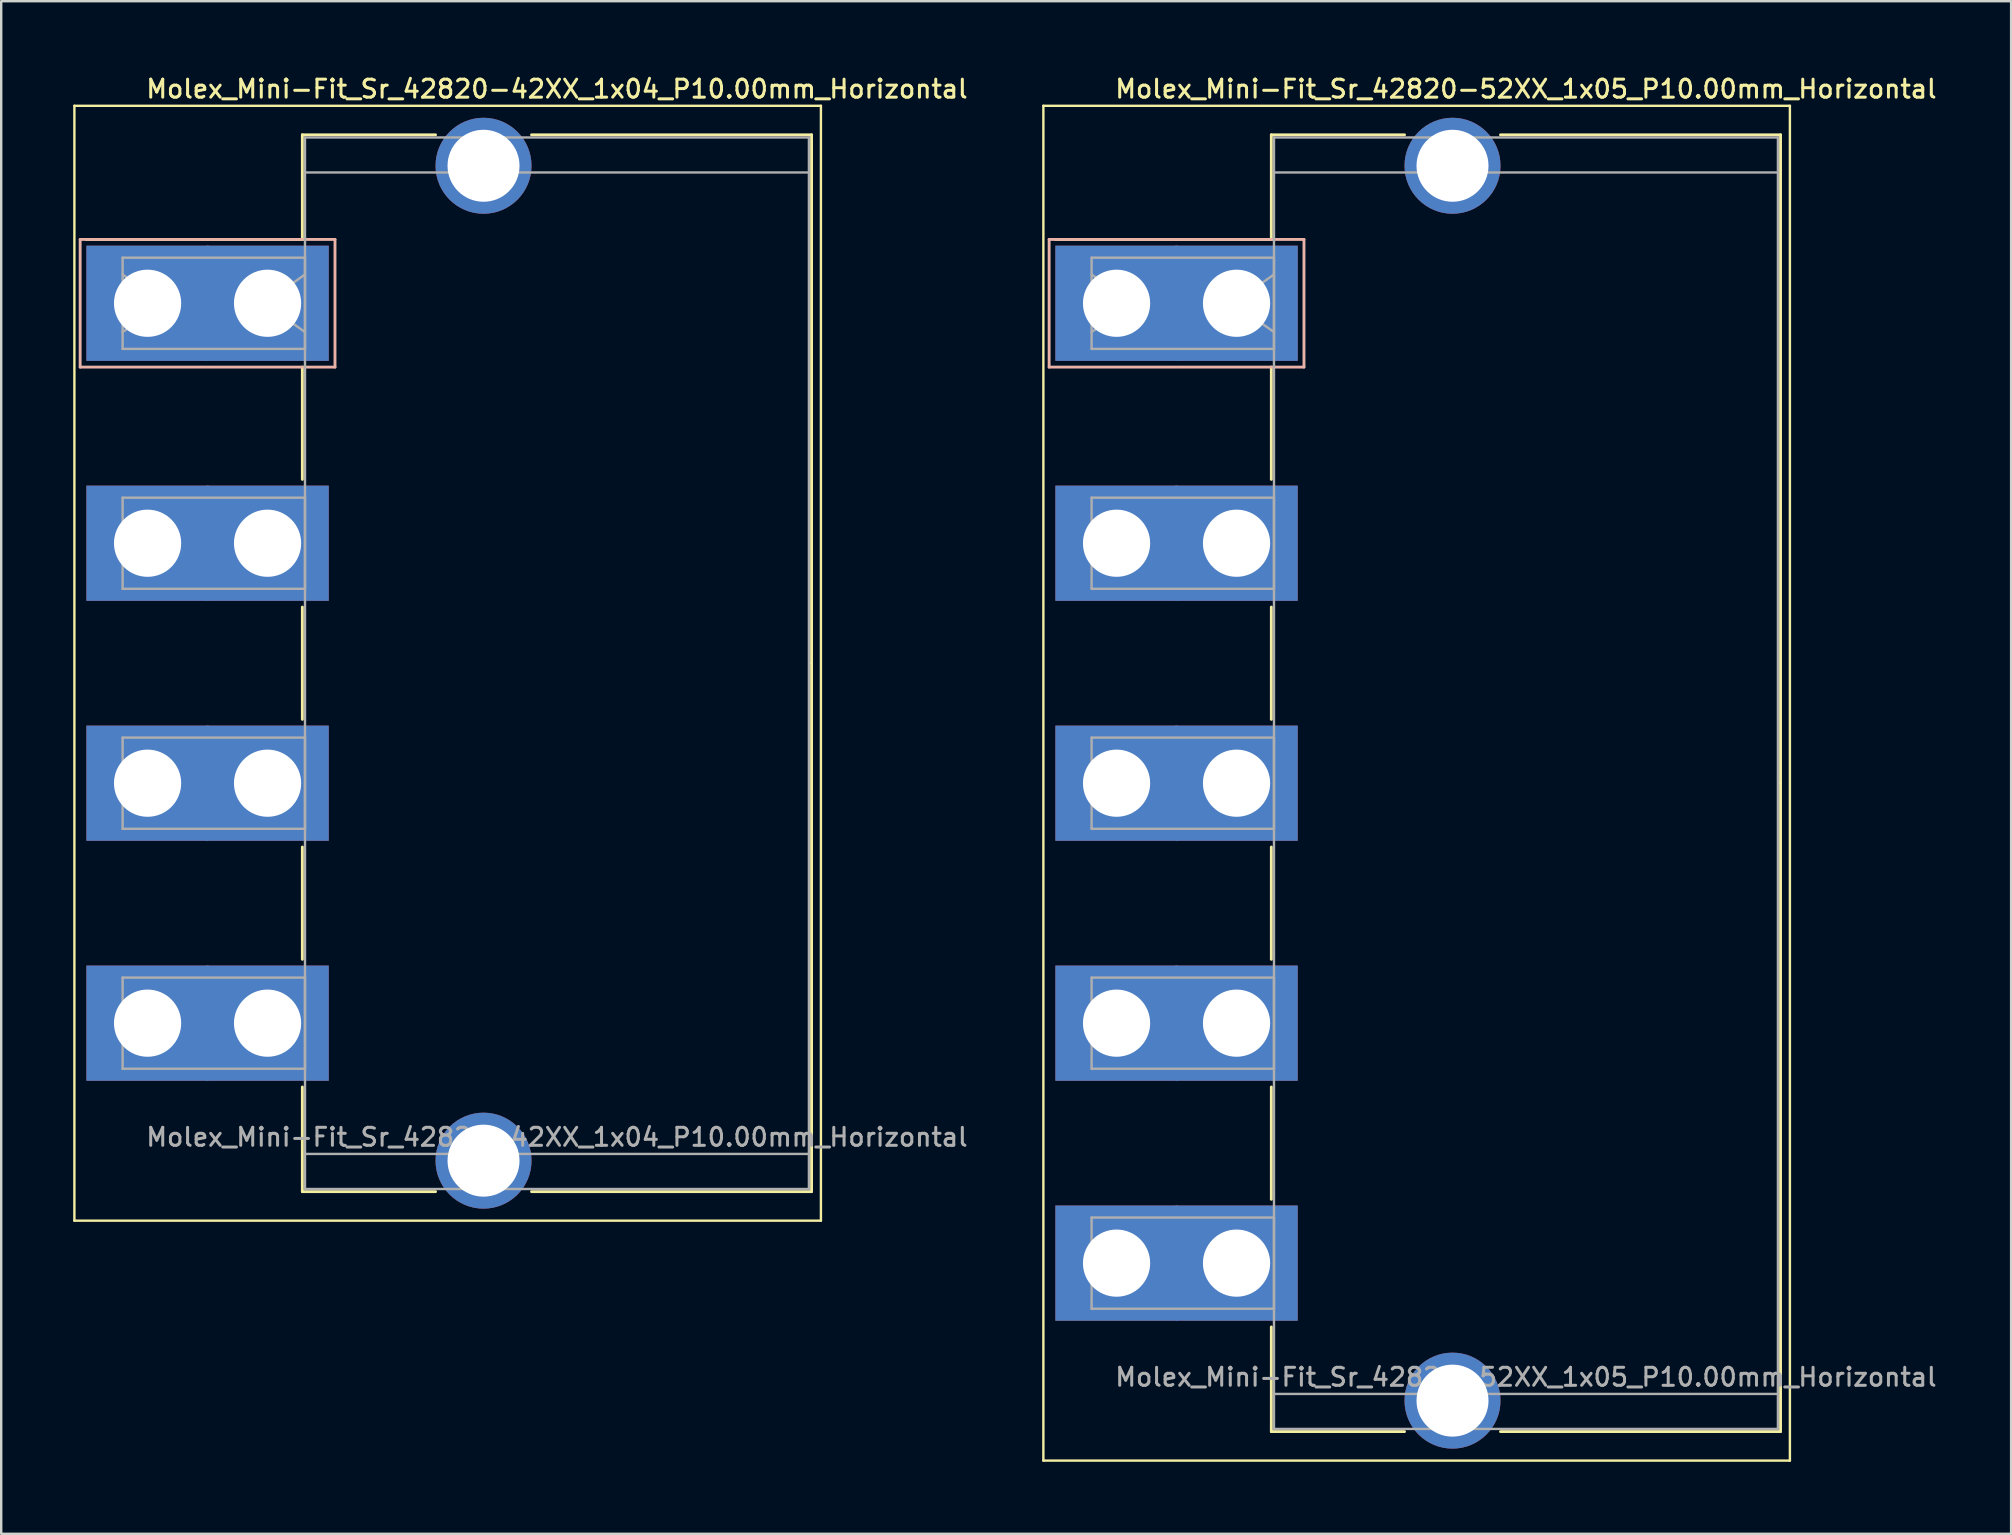
<source format=kicad_pcb>
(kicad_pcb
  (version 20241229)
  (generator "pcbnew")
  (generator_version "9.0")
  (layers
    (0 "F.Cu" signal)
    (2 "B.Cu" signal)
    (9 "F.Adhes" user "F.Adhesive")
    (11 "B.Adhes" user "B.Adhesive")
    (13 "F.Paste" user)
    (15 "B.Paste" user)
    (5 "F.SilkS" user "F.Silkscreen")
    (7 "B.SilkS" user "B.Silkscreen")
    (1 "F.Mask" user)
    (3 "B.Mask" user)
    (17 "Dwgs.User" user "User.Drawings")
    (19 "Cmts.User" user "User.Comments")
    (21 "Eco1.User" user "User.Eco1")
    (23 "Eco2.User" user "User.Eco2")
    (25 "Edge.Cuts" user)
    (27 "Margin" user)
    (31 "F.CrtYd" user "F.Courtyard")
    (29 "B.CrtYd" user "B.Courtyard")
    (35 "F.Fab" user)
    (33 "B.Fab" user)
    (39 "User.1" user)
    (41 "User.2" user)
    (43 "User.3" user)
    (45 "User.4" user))
  (footprint "Molex_Mini-Fit_Sr_42820-52XX_1x05_P10.00mm_Horizontal"
    (layer "F.Cu")
    (at 43.48 9.588)
    (property "Reference" "Molex_Mini-Fit_Sr_42820-52XX_1x05_P10.00mm_Horizontal" (at 17.06 -8.93 0) (layer "F.SilkS") (effects (font (size 0.75 0.75) (thickness 0.125))))
    (attr through_hole)
    (fp_line (start -3.05 -8.23) (end -3.05 48.23) (stroke (width 0.1) (type solid)) (layer "F.SilkS"))
    (fp_line (start -3.05 48.23) (end 28.06 48.23) (stroke (width 0.1) (type solid)) (layer "F.SilkS"))
    (fp_line (start 6.45 -7.02) (end 12 -7.02) (stroke (width 0.12) (type solid)) (layer "F.SilkS"))
    (fp_line (start 6.45 -2.66) (end -2.55 -2.66) (stroke (width 0.12) (type solid)) (layer "F.SilkS"))
    (fp_line (start 6.45 -2.66) (end 6.45 -7.02) (stroke (width 0.12) (type solid)) (layer "F.SilkS"))
    (fp_line (start 6.45 2.66) (end 6.45 7.34) (stroke (width 0.12) (type solid)) (layer "F.SilkS"))
    (fp_line (start 6.45 12.66) (end 6.45 17.34) (stroke (width 0.12) (type solid)) (layer "F.SilkS"))
    (fp_line (start 6.45 22.66) (end 6.45 27.34) (stroke (width 0.12) (type solid)) (layer "F.SilkS"))
    (fp_line (start 6.45 32.66) (end 6.45 37.34) (stroke (width 0.12) (type solid)) (layer "F.SilkS"))
    (fp_line (start 6.45 42.66) (end 6.45 47.02) (stroke (width 0.12) (type solid)) (layer "F.SilkS"))
    (fp_line (start 6.45 47.02) (end 12 47.02) (stroke (width 0.12) (type solid)) (layer "F.SilkS"))
    (fp_line (start 16 -7.02) (end 27.67 -7.02) (stroke (width 0.12) (type solid)) (layer "F.SilkS"))
    (fp_line (start 16 47.02) (end 27.67 47.02) (stroke (width 0.12) (type solid)) (layer "F.SilkS"))
    (fp_line (start 27.67 -7.02) (end 27.67 20) (stroke (width 0.12) (type solid)) (layer "F.SilkS"))
    (fp_line (start 27.67 47.02) (end 27.67 20) (stroke (width 0.12) (type solid)) (layer "F.SilkS"))
    (fp_line (start 28.06 -8.23) (end -3.05 -8.23) (stroke (width 0.1) (type solid)) (layer "F.SilkS"))
    (fp_line (start 28.06 48.23) (end 28.06 -8.23) (stroke (width 0.1) (type solid)) (layer "F.SilkS"))
    (fp_line (start -2.81 -2.66) (end -2.81 2.66) (stroke (width 0.12) (type solid)) (layer "B.SilkS"))
    (fp_line (start -2.81 2.66) (end 7.81 2.66) (stroke (width 0.12) (type solid)) (layer "B.SilkS"))
    (fp_line (start 7.81 -2.66) (end -2.81 -2.66) (stroke (width 0.12) (type solid)) (layer "B.SilkS"))
    (fp_line (start 7.81 2.66) (end 7.81 -2.66) (stroke (width 0.12) (type solid)) (layer "B.SilkS"))
    (fp_line (start -1.04 -1.9) (end 6.56 -1.9) (stroke (width 0.1) (type solid)) (layer "F.Fab"))
    (fp_line (start -1.04 -1.2) (end 0.657 0) (stroke (width 0.1) (type solid)) (layer "F.Fab"))
    (fp_line (start -1.04 1.9) (end -1.04 -1.9) (stroke (width 0.1) (type solid)) (layer "F.Fab"))
    (fp_line (start -1.04 8.1) (end 6.56 8.1) (stroke (width 0.1) (type solid)) (layer "F.Fab"))
    (fp_line (start -1.04 11.9) (end -1.04 8.1) (stroke (width 0.1) (type solid)) (layer "F.Fab"))
    (fp_line (start -1.04 18.1) (end 6.56 18.1) (stroke (width 0.1) (type solid)) (layer "F.Fab"))
    (fp_line (start -1.04 21.9) (end -1.04 18.1) (stroke (width 0.1) (type solid)) (layer "F.Fab"))
    (fp_line (start -1.04 28.1) (end 6.56 28.1) (stroke (width 0.1) (type solid)) (layer "F.Fab"))
    (fp_line (start -1.04 31.9) (end -1.04 28.1) (stroke (width 0.1) (type solid)) (layer "F.Fab"))
    (fp_line (start -1.04 38.1) (end 6.56 38.1) (stroke (width 0.1) (type solid)) (layer "F.Fab"))
    (fp_line (start -1.04 41.9) (end -1.04 38.1) (stroke (width 0.1) (type solid)) (layer "F.Fab"))
    (fp_line (start 0.657 0) (end -1.04 1.2) (stroke (width 0.1) (type solid)) (layer "F.Fab"))
    (fp_line (start 4.863 0) (end 6.56 1.2) (stroke (width 0.1) (type solid)) (layer "F.Fab"))
    (fp_line (start 6.56 -6.91) (end 6.56 46.91) (stroke (width 0.1) (type solid)) (layer "F.Fab"))
    (fp_line (start 6.56 -5.45) (end 27.56 -5.45) (stroke (width 0.1) (type solid)) (layer "F.Fab"))
    (fp_line (start 6.56 -1.9) (end 6.56 1.9) (stroke (width 0.1) (type solid)) (layer "F.Fab"))
    (fp_line (start 6.56 -1.2) (end 4.863 0) (stroke (width 0.1) (type solid)) (layer "F.Fab"))
    (fp_line (start 6.56 1.9) (end -1.04 1.9) (stroke (width 0.1) (type solid)) (layer "F.Fab"))
    (fp_line (start 6.56 8.1) (end 6.56 11.9) (stroke (width 0.1) (type solid)) (layer "F.Fab"))
    (fp_line (start 6.56 11.9) (end -1.04 11.9) (stroke (width 0.1) (type solid)) (layer "F.Fab"))
    (fp_line (start 6.56 18.1) (end 6.56 21.9) (stroke (width 0.1) (type solid)) (layer "F.Fab"))
    (fp_line (start 6.56 21.9) (end -1.04 21.9) (stroke (width 0.1) (type solid)) (layer "F.Fab"))
    (fp_line (start 6.56 28.1) (end 6.56 31.9) (stroke (width 0.1) (type solid)) (layer "F.Fab"))
    (fp_line (start 6.56 31.9) (end -1.04 31.9) (stroke (width 0.1) (type solid)) (layer "F.Fab"))
    (fp_line (start 6.56 38.1) (end 6.56 41.9) (stroke (width 0.1) (type solid)) (layer "F.Fab"))
    (fp_line (start 6.56 41.9) (end -1.04 41.9) (stroke (width 0.1) (type solid)) (layer "F.Fab"))
    (fp_line (start 6.56 45.45) (end 27.56 45.45) (stroke (width 0.1) (type solid)) (layer "F.Fab"))
    (fp_line (start 6.56 46.91) (end 27.56 46.91) (stroke (width 0.1) (type solid)) (layer "F.Fab"))
    (fp_line (start 27.56 -6.91) (end 6.56 -6.91) (stroke (width 0.1) (type solid)) (layer "F.Fab"))
    (fp_line (start 27.56 46.91) (end 27.56 -6.91) (stroke (width 0.1) (type solid)) (layer "F.Fab"))
    (fp_text user "${REFERENCE}" (at 17.06 44.75 0) (layer "F.Fab") (effects (font (size 0.75 0.75) (thickness 0.125))))
    (pad "" thru_hole circle (at 14 -5.73) (size 4 4) (drill 3) (layers "*.Cu" "*.Mask"))
    (pad "" thru_hole circle (at 14 45.73) (size 4 4) (drill 3) (layers "*.Cu" "*.Mask"))
    (pad "1" thru_hole rect (at 0 0) (size 5.1 4.8) (drill 2.8) (layers "*.Cu" "*.Mask"))
    (pad "1" thru_hole rect (at 5 0) (size 5.1 4.8) (drill 2.8) (layers "*.Cu" "*.Mask"))
    (pad "2" thru_hole rect (at 0 10) (size 5.1 4.8) (drill 2.8) (layers "*.Cu" "*.Mask"))
    (pad "2" thru_hole rect (at 5 10) (size 5.1 4.8) (drill 2.8) (layers "*.Cu" "*.Mask"))
    (pad "3" thru_hole rect (at 0 20) (size 5.1 4.8) (drill 2.8) (layers "*.Cu" "*.Mask"))
    (pad "3" thru_hole rect (at 5 20) (size 5.1 4.8) (drill 2.8) (layers "*.Cu" "*.Mask"))
    (pad "4" thru_hole rect (at 0 30) (size 5.1 4.8) (drill 2.8) (layers "*.Cu" "*.Mask"))
    (pad "4" thru_hole rect (at 5 30) (size 5.1 4.8) (drill 2.8) (layers "*.Cu" "*.Mask"))
    (pad "5" thru_hole rect (at 0 40) (size 5.1 4.8) (drill 2.8) (layers "*.Cu" "*.Mask"))
    (pad "5" thru_hole rect (at 5 40) (size 5.1 4.8) (drill 2.8) (layers "*.Cu" "*.Mask")))
  (footprint "Molex_Mini-Fit_Sr_42820-42XX_1x04_P10.00mm_Horizontal"
    (layer "F.Cu")
    (at 3.1 9.588)
    (property "Reference" "Molex_Mini-Fit_Sr_42820-42XX_1x04_P10.00mm_Horizontal" (at 17.06 -8.93 0) (layer "F.SilkS") (effects (font (size 0.75 0.75) (thickness 0.125))))
    (attr through_hole)
    (fp_line (start -3.05 -8.23) (end -3.05 38.23) (stroke (width 0.1) (type solid)) (layer "F.SilkS"))
    (fp_line (start -3.05 38.23) (end 28.06 38.23) (stroke (width 0.1) (type solid)) (layer "F.SilkS"))
    (fp_line (start 6.45 -7.02) (end 12 -7.02) (stroke (width 0.12) (type solid)) (layer "F.SilkS"))
    (fp_line (start 6.45 -2.66) (end -2.55 -2.66) (stroke (width 0.12) (type solid)) (layer "F.SilkS"))
    (fp_line (start 6.45 -2.66) (end 6.45 -7.02) (stroke (width 0.12) (type solid)) (layer "F.SilkS"))
    (fp_line (start 6.45 2.66) (end 6.45 7.34) (stroke (width 0.12) (type solid)) (layer "F.SilkS"))
    (fp_line (start 6.45 12.66) (end 6.45 17.34) (stroke (width 0.12) (type solid)) (layer "F.SilkS"))
    (fp_line (start 6.45 22.66) (end 6.45 27.34) (stroke (width 0.12) (type solid)) (layer "F.SilkS"))
    (fp_line (start 6.45 32.66) (end 6.45 37.02) (stroke (width 0.12) (type solid)) (layer "F.SilkS"))
    (fp_line (start 6.45 37.02) (end 12 37.02) (stroke (width 0.12) (type solid)) (layer "F.SilkS"))
    (fp_line (start 16 -7.02) (end 27.67 -7.02) (stroke (width 0.12) (type solid)) (layer "F.SilkS"))
    (fp_line (start 16 37.02) (end 27.67 37.02) (stroke (width 0.12) (type solid)) (layer "F.SilkS"))
    (fp_line (start 27.67 -7.02) (end 27.67 15) (stroke (width 0.12) (type solid)) (layer "F.SilkS"))
    (fp_line (start 27.67 37.02) (end 27.67 15) (stroke (width 0.12) (type solid)) (layer "F.SilkS"))
    (fp_line (start 28.06 -8.23) (end -3.05 -8.23) (stroke (width 0.1) (type solid)) (layer "F.SilkS"))
    (fp_line (start 28.06 38.23) (end 28.06 -8.23) (stroke (width 0.1) (type solid)) (layer "F.SilkS"))
    (fp_line (start -2.81 -2.66) (end -2.81 2.66) (stroke (width 0.12) (type solid)) (layer "B.SilkS"))
    (fp_line (start -2.81 2.66) (end 7.81 2.66) (stroke (width 0.12) (type solid)) (layer "B.SilkS"))
    (fp_line (start 7.81 -2.66) (end -2.81 -2.66) (stroke (width 0.12) (type solid)) (layer "B.SilkS"))
    (fp_line (start 7.81 2.66) (end 7.81 -2.66) (stroke (width 0.12) (type solid)) (layer "B.SilkS"))
    (fp_line (start -1.04 -1.9) (end 6.56 -1.9) (stroke (width 0.1) (type solid)) (layer "F.Fab"))
    (fp_line (start -1.04 -1.2) (end 0.657 0) (stroke (width 0.1) (type solid)) (layer "F.Fab"))
    (fp_line (start -1.04 1.9) (end -1.04 -1.9) (stroke (width 0.1) (type solid)) (layer "F.Fab"))
    (fp_line (start -1.04 8.1) (end 6.56 8.1) (stroke (width 0.1) (type solid)) (layer "F.Fab"))
    (fp_line (start -1.04 11.9) (end -1.04 8.1) (stroke (width 0.1) (type solid)) (layer "F.Fab"))
    (fp_line (start -1.04 18.1) (end 6.56 18.1) (stroke (width 0.1) (type solid)) (layer "F.Fab"))
    (fp_line (start -1.04 21.9) (end -1.04 18.1) (stroke (width 0.1) (type solid)) (layer "F.Fab"))
    (fp_line (start -1.04 28.1) (end 6.56 28.1) (stroke (width 0.1) (type solid)) (layer "F.Fab"))
    (fp_line (start -1.04 31.9) (end -1.04 28.1) (stroke (width 0.1) (type solid)) (layer "F.Fab"))
    (fp_line (start 0.657 0) (end -1.04 1.2) (stroke (width 0.1) (type solid)) (layer "F.Fab"))
    (fp_line (start 4.863 0) (end 6.56 1.2) (stroke (width 0.1) (type solid)) (layer "F.Fab"))
    (fp_line (start 6.56 -6.91) (end 6.56 36.91) (stroke (width 0.1) (type solid)) (layer "F.Fab"))
    (fp_line (start 6.56 -5.45) (end 27.56 -5.45) (stroke (width 0.1) (type solid)) (layer "F.Fab"))
    (fp_line (start 6.56 -1.9) (end 6.56 1.9) (stroke (width 0.1) (type solid)) (layer "F.Fab"))
    (fp_line (start 6.56 -1.2) (end 4.863 0) (stroke (width 0.1) (type solid)) (layer "F.Fab"))
    (fp_line (start 6.56 1.9) (end -1.04 1.9) (stroke (width 0.1) (type solid)) (layer "F.Fab"))
    (fp_line (start 6.56 8.1) (end 6.56 11.9) (stroke (width 0.1) (type solid)) (layer "F.Fab"))
    (fp_line (start 6.56 11.9) (end -1.04 11.9) (stroke (width 0.1) (type solid)) (layer "F.Fab"))
    (fp_line (start 6.56 18.1) (end 6.56 21.9) (stroke (width 0.1) (type solid)) (layer "F.Fab"))
    (fp_line (start 6.56 21.9) (end -1.04 21.9) (stroke (width 0.1) (type solid)) (layer "F.Fab"))
    (fp_line (start 6.56 28.1) (end 6.56 31.9) (stroke (width 0.1) (type solid)) (layer "F.Fab"))
    (fp_line (start 6.56 31.9) (end -1.04 31.9) (stroke (width 0.1) (type solid)) (layer "F.Fab"))
    (fp_line (start 6.56 35.45) (end 27.56 35.45) (stroke (width 0.1) (type solid)) (layer "F.Fab"))
    (fp_line (start 6.56 36.91) (end 27.56 36.91) (stroke (width 0.1) (type solid)) (layer "F.Fab"))
    (fp_line (start 27.56 -6.91) (end 6.56 -6.91) (stroke (width 0.1) (type solid)) (layer "F.Fab"))
    (fp_line (start 27.56 36.91) (end 27.56 -6.91) (stroke (width 0.1) (type solid)) (layer "F.Fab"))
    (fp_text user "${REFERENCE}" (at 17.06 34.75 0) (layer "F.Fab") (effects (font (size 0.75 0.75) (thickness 0.125))))
    (pad "" thru_hole circle (at 14 -5.73) (size 4 4) (drill 3) (layers "*.Cu" "*.Mask"))
    (pad "" thru_hole circle (at 14 35.73) (size 4 4) (drill 3) (layers "*.Cu" "*.Mask"))
    (pad "1" thru_hole rect (at 0 0) (size 5.1 4.8) (drill 2.8) (layers "*.Cu" "*.Mask"))
    (pad "1" thru_hole rect (at 5 0) (size 5.1 4.8) (drill 2.8) (layers "*.Cu" "*.Mask"))
    (pad "2" thru_hole rect (at 0 10) (size 5.1 4.8) (drill 2.8) (layers "*.Cu" "*.Mask"))
    (pad "2" thru_hole rect (at 5 10) (size 5.1 4.8) (drill 2.8) (layers "*.Cu" "*.Mask"))
    (pad "3" thru_hole rect (at 0 20) (size 5.1 4.8) (drill 2.8) (layers "*.Cu" "*.Mask"))
    (pad "3" thru_hole rect (at 5 20) (size 5.1 4.8) (drill 2.8) (layers "*.Cu" "*.Mask"))
    (pad "4" thru_hole rect (at 0 30) (size 5.1 4.8) (drill 2.8) (layers "*.Cu" "*.Mask"))
    (pad "4" thru_hole rect (at 5 30) (size 5.1 4.8) (drill 2.8) (layers "*.Cu" "*.Mask")))
  (gr_rect
    (start -3 -3)
    (end 80.759 60.868)
    (stroke (width 0.1) (type default))
    (fill no)
    (layer "Edge.Cuts")))
</source>
